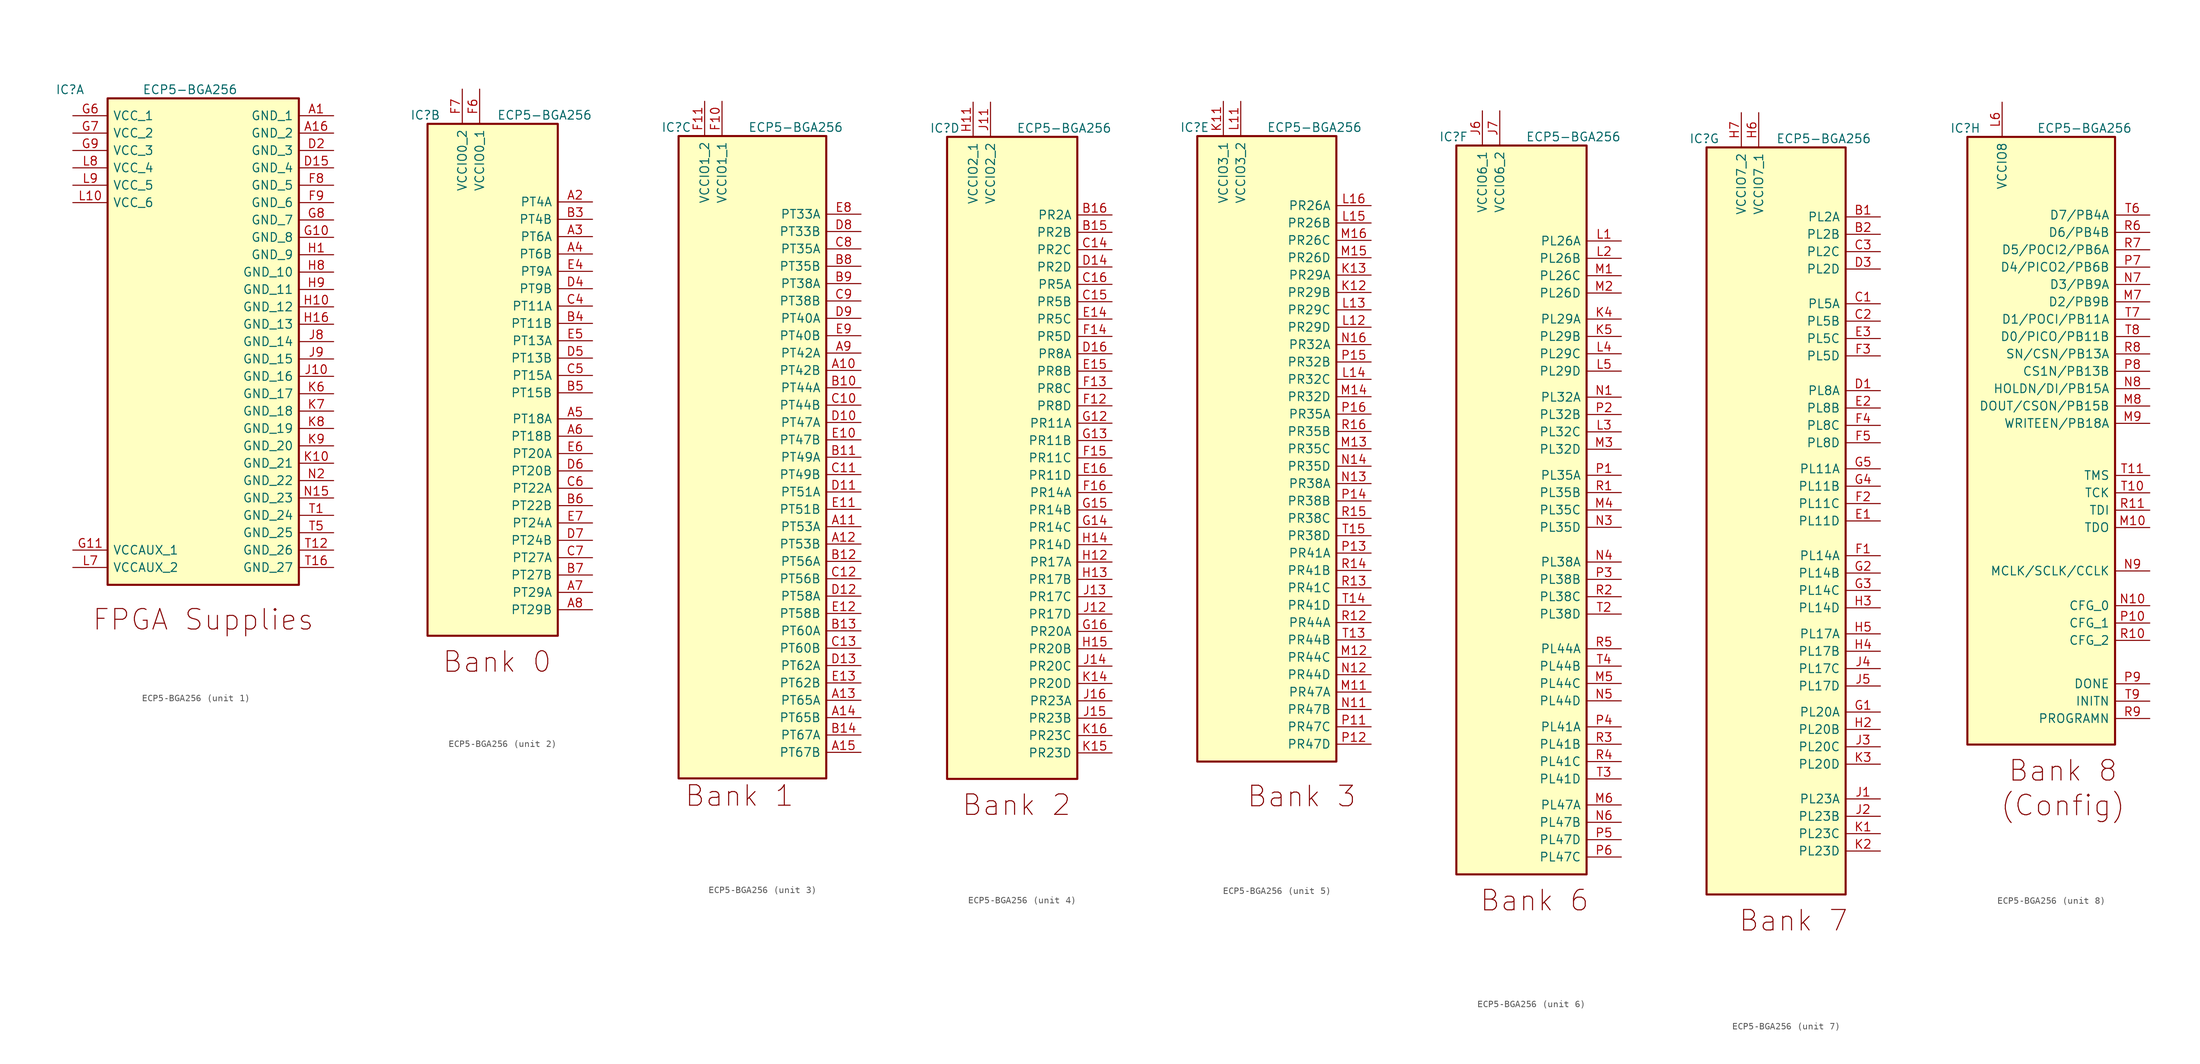
<source format=kicad_sym>
(kicad_symbol_lib
  (version 20231120)
  (generator "kicad_symbol_editor")
  (generator_version "8.0")
  (symbol "ECP5-BGA256"
    (pin_names
      (offset 0.762))
    (property "Reference" "IC"
      (at -2.54 1.27 0)
      (effects (font (size 1.27 1.27)) (justify left)))
    (property "Value" "ECP5-BGA256"
      (at 10.16 1.27 0)
      (effects (font (size 1.27 1.27)) (justify left)))
    (property "ki_locked" ""
      (at 0 0 0)
      (effects (font (size 1.27 1.27))))
    (symbol "ECP5-BGA256_1_0"
      (rectangle (start 5.08 0) (end 33.02 -71.12) (stroke (width 0.305) (type default)) (fill (type background))))
    (symbol "ECP5-BGA256_1_1"
      (text "FPGA Supplies" (at 19.05 -76.2 0) (effects (font (size 2.997 2.997))))
      (pin power_in line (at 38.1 -2.54 180) (length 5.08) (name "GND_1" (effects (font (size 1.27 1.27)))) (number "A1" (effects (font (size 1.27 1.27)))))
      (pin power_in line (at 38.1 -5.08 180) (length 5.08) (name "GND_2" (effects (font (size 1.27 1.27)))) (number "A16" (effects (font (size 1.27 1.27)))))
      (pin power_in line (at 38.1 -10.16 180) (length 5.08) (name "GND_4" (effects (font (size 1.27 1.27)))) (number "D15" (effects (font (size 1.27 1.27)))))
      (pin power_in line (at 38.1 -7.62 180) (length 5.08) (name "GND_3" (effects (font (size 1.27 1.27)))) (number "D2" (effects (font (size 1.27 1.27)))))
      (pin power_in line (at 38.1 -12.7 180) (length 5.08) (name "GND_5" (effects (font (size 1.27 1.27)))) (number "F8" (effects (font (size 1.27 1.27)))))
      (pin power_in line (at 38.1 -15.24 180) (length 5.08) (name "GND_6" (effects (font (size 1.27 1.27)))) (number "F9" (effects (font (size 1.27 1.27)))))
      (pin power_in line (at 38.1 -20.32 180) (length 5.08) (name "GND_8" (effects (font (size 1.27 1.27)))) (number "G10" (effects (font (size 1.27 1.27)))))
      (pin power_in line (at 0 -66.04 0) (length 5.08) (name "VCCAUX_1" (effects (font (size 1.27 1.27)))) (number "G11" (effects (font (size 1.27 1.27)))))
      (pin power_in line (at 0 -2.54 0) (length 5.08) (name "VCC_1" (effects (font (size 1.27 1.27)))) (number "G6" (effects (font (size 1.27 1.27)))))
      (pin power_in line (at 0 -5.08 0) (length 5.08) (name "VCC_2" (effects (font (size 1.27 1.27)))) (number "G7" (effects (font (size 1.27 1.27)))))
      (pin power_in line (at 38.1 -17.78 180) (length 5.08) (name "GND_7" (effects (font (size 1.27 1.27)))) (number "G8" (effects (font (size 1.27 1.27)))))
      (pin power_in line (at 0 -7.62 0) (length 5.08) (name "VCC_3" (effects (font (size 1.27 1.27)))) (number "G9" (effects (font (size 1.27 1.27)))))
      (pin power_in line (at 38.1 -22.86 180) (length 5.08) (name "GND_9" (effects (font (size 1.27 1.27)))) (number "H1" (effects (font (size 1.27 1.27)))))
      (pin power_in line (at 38.1 -30.48 180) (length 5.08) (name "GND_12" (effects (font (size 1.27 1.27)))) (number "H10" (effects (font (size 1.27 1.27)))))
      (pin power_in line (at 38.1 -33.02 180) (length 5.08) (name "GND_13" (effects (font (size 1.27 1.27)))) (number "H16" (effects (font (size 1.27 1.27)))))
      (pin power_in line (at 38.1 -25.4 180) (length 5.08) (name "GND_10" (effects (font (size 1.27 1.27)))) (number "H8" (effects (font (size 1.27 1.27)))))
      (pin power_in line (at 38.1 -27.94 180) (length 5.08) (name "GND_11" (effects (font (size 1.27 1.27)))) (number "H9" (effects (font (size 1.27 1.27)))))
      (pin power_in line (at 38.1 -40.64 180) (length 5.08) (name "GND_16" (effects (font (size 1.27 1.27)))) (number "J10" (effects (font (size 1.27 1.27)))))
      (pin power_in line (at 38.1 -35.56 180) (length 5.08) (name "GND_14" (effects (font (size 1.27 1.27)))) (number "J8" (effects (font (size 1.27 1.27)))))
      (pin power_in line (at 38.1 -38.1 180) (length 5.08) (name "GND_15" (effects (font (size 1.27 1.27)))) (number "J9" (effects (font (size 1.27 1.27)))))
      (pin power_in line (at 38.1 -53.34 180) (length 5.08) (name "GND_21" (effects (font (size 1.27 1.27)))) (number "K10" (effects (font (size 1.27 1.27)))))
      (pin power_in line (at 38.1 -43.18 180) (length 5.08) (name "GND_17" (effects (font (size 1.27 1.27)))) (number "K6" (effects (font (size 1.27 1.27)))))
      (pin power_in line (at 38.1 -45.72 180) (length 5.08) (name "GND_18" (effects (font (size 1.27 1.27)))) (number "K7" (effects (font (size 1.27 1.27)))))
      (pin power_in line (at 38.1 -48.26 180) (length 5.08) (name "GND_19" (effects (font (size 1.27 1.27)))) (number "K8" (effects (font (size 1.27 1.27)))))
      (pin power_in line (at 38.1 -50.8 180) (length 5.08) (name "GND_20" (effects (font (size 1.27 1.27)))) (number "K9" (effects (font (size 1.27 1.27)))))
      (pin power_in line (at 0 -15.24 0) (length 5.08) (name "VCC_6" (effects (font (size 1.27 1.27)))) (number "L10" (effects (font (size 1.27 1.27)))))
      (pin power_in line (at 0 -68.58 0) (length 5.08) (name "VCCAUX_2" (effects (font (size 1.27 1.27)))) (number "L7" (effects (font (size 1.27 1.27)))))
      (pin power_in line (at 0 -10.16 0) (length 5.08) (name "VCC_4" (effects (font (size 1.27 1.27)))) (number "L8" (effects (font (size 1.27 1.27)))))
      (pin power_in line (at 0 -12.7 0) (length 5.08) (name "VCC_5" (effects (font (size 1.27 1.27)))) (number "L9" (effects (font (size 1.27 1.27)))))
      (pin power_in line (at 38.1 -58.42 180) (length 5.08) (name "GND_23" (effects (font (size 1.27 1.27)))) (number "N15" (effects (font (size 1.27 1.27)))))
      (pin power_in line (at 38.1 -55.88 180) (length 5.08) (name "GND_22" (effects (font (size 1.27 1.27)))) (number "N2" (effects (font (size 1.27 1.27)))))
      (pin power_in line (at 38.1 -60.96 180) (length 5.08) (name "GND_24" (effects (font (size 1.27 1.27)))) (number "T1" (effects (font (size 1.27 1.27)))))
      (pin power_in line (at 38.1 -66.04 180) (length 5.08) (name "GND_26" (effects (font (size 1.27 1.27)))) (number "T12" (effects (font (size 1.27 1.27)))))
      (pin power_in line (at 38.1 -68.58 180) (length 5.08) (name "GND_27" (effects (font (size 1.27 1.27)))) (number "T16" (effects (font (size 1.27 1.27)))))
      (pin power_in line (at 38.1 -63.5 180) (length 5.08) (name "GND_25" (effects (font (size 1.27 1.27)))) (number "T5" (effects (font (size 1.27 1.27))))))
    (symbol "ECP5-BGA256_2_1"
      (rectangle (start 0 0) (end 19.05 -74.93) (stroke (width 0.305) (type default)) (fill (type background)))
      (text "Bank 0" (at 10.16 -78.74 0) (effects (font (size 2.997 2.997))))
      (pin bidirectional line (at 24.13 -11.43 180) (length 5.08) (name "PT4A" (effects (font (size 1.27 1.27)))) (number "A2" (effects (font (size 1.27 1.27)))))
      (pin bidirectional line (at 24.13 -16.51 180) (length 5.08) (name "PT6A" (effects (font (size 1.27 1.27)))) (number "A3" (effects (font (size 1.27 1.27)))))
      (pin bidirectional line (at 24.13 -19.05 180) (length 5.08) (name "PT6B" (effects (font (size 1.27 1.27)))) (number "A4" (effects (font (size 1.27 1.27)))))
      (pin bidirectional line (at 24.13 -43.18 180) (length 5.08) (name "PT18A" (effects (font (size 1.27 1.27)))) (number "A5" (effects (font (size 1.27 1.27)))))
      (pin bidirectional line (at 24.13 -45.72 180) (length 5.08) (name "PT18B" (effects (font (size 1.27 1.27)))) (number "A6" (effects (font (size 1.27 1.27)))))
      (pin bidirectional line (at 24.13 -68.58 180) (length 5.08) (name "PT29A" (effects (font (size 1.27 1.27)))) (number "A7" (effects (font (size 1.27 1.27)))))
      (pin bidirectional line (at 24.13 -71.12 180) (length 5.08) (name "PT29B" (effects (font (size 1.27 1.27)))) (number "A8" (effects (font (size 1.27 1.27)))))
      (pin bidirectional line (at 24.13 -13.97 180) (length 5.08) (name "PT4B" (effects (font (size 1.27 1.27)))) (number "B3" (effects (font (size 1.27 1.27)))))
      (pin bidirectional line (at 24.13 -29.21 180) (length 5.08) (name "PT11B" (effects (font (size 1.27 1.27)))) (number "B4" (effects (font (size 1.27 1.27)))))
      (pin bidirectional line (at 24.13 -39.37 180) (length 5.08) (name "PT15B" (effects (font (size 1.27 1.27)))) (number "B5" (effects (font (size 1.27 1.27)))))
      (pin bidirectional line (at 24.13 -55.88 180) (length 5.08) (name "PT22B" (effects (font (size 1.27 1.27)))) (number "B6" (effects (font (size 1.27 1.27)))))
      (pin bidirectional line (at 24.13 -66.04 180) (length 5.08) (name "PT27B" (effects (font (size 1.27 1.27)))) (number "B7" (effects (font (size 1.27 1.27)))))
      (pin bidirectional line (at 24.13 -26.67 180) (length 5.08) (name "PT11A" (effects (font (size 1.27 1.27)))) (number "C4" (effects (font (size 1.27 1.27)))))
      (pin bidirectional line (at 24.13 -36.83 180) (length 5.08) (name "PT15A" (effects (font (size 1.27 1.27)))) (number "C5" (effects (font (size 1.27 1.27)))))
      (pin bidirectional line (at 24.13 -53.34 180) (length 5.08) (name "PT22A" (effects (font (size 1.27 1.27)))) (number "C6" (effects (font (size 1.27 1.27)))))
      (pin bidirectional line (at 24.13 -63.5 180) (length 5.08) (name "PT27A" (effects (font (size 1.27 1.27)))) (number "C7" (effects (font (size 1.27 1.27)))))
      (pin bidirectional line (at 24.13 -24.13 180) (length 5.08) (name "PT9B" (effects (font (size 1.27 1.27)))) (number "D4" (effects (font (size 1.27 1.27)))))
      (pin bidirectional line (at 24.13 -34.29 180) (length 5.08) (name "PT13B" (effects (font (size 1.27 1.27)))) (number "D5" (effects (font (size 1.27 1.27)))))
      (pin bidirectional line (at 24.13 -50.8 180) (length 5.08) (name "PT20B" (effects (font (size 1.27 1.27)))) (number "D6" (effects (font (size 1.27 1.27)))))
      (pin bidirectional line (at 24.13 -60.96 180) (length 5.08) (name "PT24B" (effects (font (size 1.27 1.27)))) (number "D7" (effects (font (size 1.27 1.27)))))
      (pin bidirectional line (at 24.13 -21.59 180) (length 5.08) (name "PT9A" (effects (font (size 1.27 1.27)))) (number "E4" (effects (font (size 1.27 1.27)))))
      (pin bidirectional line (at 24.13 -31.75 180) (length 5.08) (name "PT13A" (effects (font (size 1.27 1.27)))) (number "E5" (effects (font (size 1.27 1.27)))))
      (pin bidirectional line (at 24.13 -48.26 180) (length 5.08) (name "PT20A" (effects (font (size 1.27 1.27)))) (number "E6" (effects (font (size 1.27 1.27)))))
      (pin bidirectional line (at 24.13 -58.42 180) (length 5.08) (name "PT24A" (effects (font (size 1.27 1.27)))) (number "E7" (effects (font (size 1.27 1.27)))))
      (pin power_in line (at 7.62 5.08 270) (length 5.08) (name "VCCIO0_1" (effects (font (size 1.27 1.27)))) (number "F6" (effects (font (size 1.27 1.27)))))
      (pin power_in line (at 5.08 5.08 270) (length 5.08) (name "VCCIO0_2" (effects (font (size 1.27 1.27)))) (number "F7" (effects (font (size 1.27 1.27))))))
    (symbol "ECP5-BGA256_3_0"
      (rectangle (start 0 0) (end 21.59 -93.98) (stroke (width 0.305) (type default)) (fill (type background))))
    (symbol "ECP5-BGA256_3_1"
      (text "Bank 1" (at 8.89 -96.52 0) (effects (font (size 2.997 2.997))))
      (pin bidirectional line (at 26.67 -34.29 180) (length 5.08) (name "PT42B" (effects (font (size 1.27 1.27)))) (number "A10" (effects (font (size 1.27 1.27)))))
      (pin bidirectional line (at 26.67 -57.15 180) (length 5.08) (name "PT53A" (effects (font (size 1.27 1.27)))) (number "A11" (effects (font (size 1.27 1.27)))))
      (pin bidirectional line (at 26.67 -59.69 180) (length 5.08) (name "PT53B" (effects (font (size 1.27 1.27)))) (number "A12" (effects (font (size 1.27 1.27)))))
      (pin bidirectional line (at 26.67 -82.55 180) (length 5.08) (name "PT65A" (effects (font (size 1.27 1.27)))) (number "A13" (effects (font (size 1.27 1.27)))))
      (pin bidirectional line (at 26.67 -85.09 180) (length 5.08) (name "PT65B" (effects (font (size 1.27 1.27)))) (number "A14" (effects (font (size 1.27 1.27)))))
      (pin bidirectional line (at 26.67 -90.17 180) (length 5.08) (name "PT67B" (effects (font (size 1.27 1.27)))) (number "A15" (effects (font (size 1.27 1.27)))))
      (pin bidirectional line (at 26.67 -31.75 180) (length 5.08) (name "PT42A" (effects (font (size 1.27 1.27)))) (number "A9" (effects (font (size 1.27 1.27)))))
      (pin bidirectional line (at 26.67 -36.83 180) (length 5.08) (name "PT44A" (effects (font (size 1.27 1.27)))) (number "B10" (effects (font (size 1.27 1.27)))))
      (pin bidirectional line (at 26.67 -46.99 180) (length 5.08) (name "PT49A" (effects (font (size 1.27 1.27)))) (number "B11" (effects (font (size 1.27 1.27)))))
      (pin bidirectional line (at 26.67 -62.23 180) (length 5.08) (name "PT56A" (effects (font (size 1.27 1.27)))) (number "B12" (effects (font (size 1.27 1.27)))))
      (pin bidirectional line (at 26.67 -72.39 180) (length 5.08) (name "PT60A" (effects (font (size 1.27 1.27)))) (number "B13" (effects (font (size 1.27 1.27)))))
      (pin bidirectional line (at 26.67 -87.63 180) (length 5.08) (name "PT67A" (effects (font (size 1.27 1.27)))) (number "B14" (effects (font (size 1.27 1.27)))))
      (pin bidirectional line (at 26.67 -19.05 180) (length 5.08) (name "PT35B" (effects (font (size 1.27 1.27)))) (number "B8" (effects (font (size 1.27 1.27)))))
      (pin bidirectional line (at 26.67 -21.59 180) (length 5.08) (name "PT38A" (effects (font (size 1.27 1.27)))) (number "B9" (effects (font (size 1.27 1.27)))))
      (pin bidirectional line (at 26.67 -39.37 180) (length 5.08) (name "PT44B" (effects (font (size 1.27 1.27)))) (number "C10" (effects (font (size 1.27 1.27)))))
      (pin bidirectional line (at 26.67 -49.53 180) (length 5.08) (name "PT49B" (effects (font (size 1.27 1.27)))) (number "C11" (effects (font (size 1.27 1.27)))))
      (pin bidirectional line (at 26.67 -64.77 180) (length 5.08) (name "PT56B" (effects (font (size 1.27 1.27)))) (number "C12" (effects (font (size 1.27 1.27)))))
      (pin bidirectional line (at 26.67 -74.93 180) (length 5.08) (name "PT60B" (effects (font (size 1.27 1.27)))) (number "C13" (effects (font (size 1.27 1.27)))))
      (pin bidirectional line (at 26.67 -16.51 180) (length 5.08) (name "PT35A" (effects (font (size 1.27 1.27)))) (number "C8" (effects (font (size 1.27 1.27)))))
      (pin bidirectional line (at 26.67 -24.13 180) (length 5.08) (name "PT38B" (effects (font (size 1.27 1.27)))) (number "C9" (effects (font (size 1.27 1.27)))))
      (pin bidirectional line (at 26.67 -41.91 180) (length 5.08) (name "PT47A" (effects (font (size 1.27 1.27)))) (number "D10" (effects (font (size 1.27 1.27)))))
      (pin bidirectional line (at 26.67 -52.07 180) (length 5.08) (name "PT51A" (effects (font (size 1.27 1.27)))) (number "D11" (effects (font (size 1.27 1.27)))))
      (pin bidirectional line (at 26.67 -67.31 180) (length 5.08) (name "PT58A" (effects (font (size 1.27 1.27)))) (number "D12" (effects (font (size 1.27 1.27)))))
      (pin bidirectional line (at 26.67 -77.47 180) (length 5.08) (name "PT62A" (effects (font (size 1.27 1.27)))) (number "D13" (effects (font (size 1.27 1.27)))))
      (pin bidirectional line (at 26.67 -13.97 180) (length 5.08) (name "PT33B" (effects (font (size 1.27 1.27)))) (number "D8" (effects (font (size 1.27 1.27)))))
      (pin bidirectional line (at 26.67 -26.67 180) (length 5.08) (name "PT40A" (effects (font (size 1.27 1.27)))) (number "D9" (effects (font (size 1.27 1.27)))))
      (pin bidirectional line (at 26.67 -44.45 180) (length 5.08) (name "PT47B" (effects (font (size 1.27 1.27)))) (number "E10" (effects (font (size 1.27 1.27)))))
      (pin bidirectional line (at 26.67 -54.61 180) (length 5.08) (name "PT51B" (effects (font (size 1.27 1.27)))) (number "E11" (effects (font (size 1.27 1.27)))))
      (pin bidirectional line (at 26.67 -69.85 180) (length 5.08) (name "PT58B" (effects (font (size 1.27 1.27)))) (number "E12" (effects (font (size 1.27 1.27)))))
      (pin bidirectional line (at 26.67 -80.01 180) (length 5.08) (name "PT62B" (effects (font (size 1.27 1.27)))) (number "E13" (effects (font (size 1.27 1.27)))))
      (pin bidirectional line (at 26.67 -11.43 180) (length 5.08) (name "PT33A" (effects (font (size 1.27 1.27)))) (number "E8" (effects (font (size 1.27 1.27)))))
      (pin bidirectional line (at 26.67 -29.21 180) (length 5.08) (name "PT40B" (effects (font (size 1.27 1.27)))) (number "E9" (effects (font (size 1.27 1.27)))))
      (pin power_in line (at 6.35 5.08 270) (length 5.08) (name "VCCIO1_1" (effects (font (size 1.27 1.27)))) (number "F10" (effects (font (size 1.27 1.27)))))
      (pin power_in line (at 3.81 5.08 270) (length 5.08) (name "VCCIO1_2" (effects (font (size 1.27 1.27)))) (number "F11" (effects (font (size 1.27 1.27))))))
    (symbol "ECP5-BGA256_4_1"
      (rectangle (start 0 0) (end 19.05 -93.98) (stroke (width 0.305) (type default)) (fill (type background)))
      (text "Bank 2" (at 10.16 -97.79 0) (effects (font (size 2.997 2.997))))
      (pin bidirectional line (at 24.13 -13.97 180) (length 5.08) (name "PR2B" (effects (font (size 1.27 1.27)))) (number "B15" (effects (font (size 1.27 1.27)))))
      (pin bidirectional line (at 24.13 -11.43 180) (length 5.08) (name "PR2A" (effects (font (size 1.27 1.27)))) (number "B16" (effects (font (size 1.27 1.27)))))
      (pin bidirectional line (at 24.13 -16.51 180) (length 5.08) (name "PR2C" (effects (font (size 1.27 1.27)))) (number "C14" (effects (font (size 1.27 1.27)))))
      (pin bidirectional line (at 24.13 -24.13 180) (length 5.08) (name "PR5B" (effects (font (size 1.27 1.27)))) (number "C15" (effects (font (size 1.27 1.27)))))
      (pin bidirectional line (at 24.13 -21.59 180) (length 5.08) (name "PR5A" (effects (font (size 1.27 1.27)))) (number "C16" (effects (font (size 1.27 1.27)))))
      (pin bidirectional line (at 24.13 -19.05 180) (length 5.08) (name "PR2D" (effects (font (size 1.27 1.27)))) (number "D14" (effects (font (size 1.27 1.27)))))
      (pin bidirectional line (at 24.13 -31.75 180) (length 5.08) (name "PR8A" (effects (font (size 1.27 1.27)))) (number "D16" (effects (font (size 1.27 1.27)))))
      (pin bidirectional line (at 24.13 -26.67 180) (length 5.08) (name "PR5C" (effects (font (size 1.27 1.27)))) (number "E14" (effects (font (size 1.27 1.27)))))
      (pin bidirectional line (at 24.13 -34.29 180) (length 5.08) (name "PR8B" (effects (font (size 1.27 1.27)))) (number "E15" (effects (font (size 1.27 1.27)))))
      (pin bidirectional line (at 24.13 -49.53 180) (length 5.08) (name "PR11D" (effects (font (size 1.27 1.27)))) (number "E16" (effects (font (size 1.27 1.27)))))
      (pin bidirectional line (at 24.13 -39.37 180) (length 5.08) (name "PR8D" (effects (font (size 1.27 1.27)))) (number "F12" (effects (font (size 1.27 1.27)))))
      (pin bidirectional line (at 24.13 -36.83 180) (length 5.08) (name "PR8C" (effects (font (size 1.27 1.27)))) (number "F13" (effects (font (size 1.27 1.27)))))
      (pin bidirectional line (at 24.13 -29.21 180) (length 5.08) (name "PR5D" (effects (font (size 1.27 1.27)))) (number "F14" (effects (font (size 1.27 1.27)))))
      (pin bidirectional line (at 24.13 -46.99 180) (length 5.08) (name "PR11C" (effects (font (size 1.27 1.27)))) (number "F15" (effects (font (size 1.27 1.27)))))
      (pin bidirectional line (at 24.13 -52.07 180) (length 5.08) (name "PR14A" (effects (font (size 1.27 1.27)))) (number "F16" (effects (font (size 1.27 1.27)))))
      (pin bidirectional line (at 24.13 -41.91 180) (length 5.08) (name "PR11A" (effects (font (size 1.27 1.27)))) (number "G12" (effects (font (size 1.27 1.27)))))
      (pin bidirectional line (at 24.13 -44.45 180) (length 5.08) (name "PR11B" (effects (font (size 1.27 1.27)))) (number "G13" (effects (font (size 1.27 1.27)))))
      (pin bidirectional line (at 24.13 -57.15 180) (length 5.08) (name "PR14C" (effects (font (size 1.27 1.27)))) (number "G14" (effects (font (size 1.27 1.27)))))
      (pin bidirectional line (at 24.13 -54.61 180) (length 5.08) (name "PR14B" (effects (font (size 1.27 1.27)))) (number "G15" (effects (font (size 1.27 1.27)))))
      (pin bidirectional line (at 24.13 -72.39 180) (length 5.08) (name "PR20A" (effects (font (size 1.27 1.27)))) (number "G16" (effects (font (size 1.27 1.27)))))
      (pin power_in line (at 3.81 5.08 270) (length 5.08) (name "VCCIO2_1" (effects (font (size 1.27 1.27)))) (number "H11" (effects (font (size 1.27 1.27)))))
      (pin bidirectional line (at 24.13 -62.23 180) (length 5.08) (name "PR17A" (effects (font (size 1.27 1.27)))) (number "H12" (effects (font (size 1.27 1.27)))))
      (pin bidirectional line (at 24.13 -64.77 180) (length 5.08) (name "PR17B" (effects (font (size 1.27 1.27)))) (number "H13" (effects (font (size 1.27 1.27)))))
      (pin bidirectional line (at 24.13 -59.69 180) (length 5.08) (name "PR14D" (effects (font (size 1.27 1.27)))) (number "H14" (effects (font (size 1.27 1.27)))))
      (pin bidirectional line (at 24.13 -74.93 180) (length 5.08) (name "PR20B" (effects (font (size 1.27 1.27)))) (number "H15" (effects (font (size 1.27 1.27)))))
      (pin power_in line (at 6.35 5.08 270) (length 5.08) (name "VCCIO2_2" (effects (font (size 1.27 1.27)))) (number "J11" (effects (font (size 1.27 1.27)))))
      (pin bidirectional line (at 24.13 -69.85 180) (length 5.08) (name "PR17D" (effects (font (size 1.27 1.27)))) (number "J12" (effects (font (size 1.27 1.27)))))
      (pin bidirectional line (at 24.13 -67.31 180) (length 5.08) (name "PR17C" (effects (font (size 1.27 1.27)))) (number "J13" (effects (font (size 1.27 1.27)))))
      (pin bidirectional line (at 24.13 -77.47 180) (length 5.08) (name "PR20C" (effects (font (size 1.27 1.27)))) (number "J14" (effects (font (size 1.27 1.27)))))
      (pin bidirectional line (at 24.13 -85.09 180) (length 5.08) (name "PR23B" (effects (font (size 1.27 1.27)))) (number "J15" (effects (font (size 1.27 1.27)))))
      (pin bidirectional line (at 24.13 -82.55 180) (length 5.08) (name "PR23A" (effects (font (size 1.27 1.27)))) (number "J16" (effects (font (size 1.27 1.27)))))
      (pin bidirectional line (at 24.13 -80.01 180) (length 5.08) (name "PR20D" (effects (font (size 1.27 1.27)))) (number "K14" (effects (font (size 1.27 1.27)))))
      (pin bidirectional line (at 24.13 -90.17 180) (length 5.08) (name "PR23D" (effects (font (size 1.27 1.27)))) (number "K15" (effects (font (size 1.27 1.27)))))
      (pin bidirectional line (at 24.13 -87.63 180) (length 5.08) (name "PR23C" (effects (font (size 1.27 1.27)))) (number "K16" (effects (font (size 1.27 1.27))))))
    (symbol "ECP5-BGA256_5_0"
      (rectangle (start 0 0) (end 20.32 -91.44) (stroke (width 0.305) (type default)) (fill (type background))))
    (symbol "ECP5-BGA256_5_1"
      (text "Bank 3" (at 15.24 -96.52 0) (effects (font (size 2.997 2.997))))
      (pin power_in line (at 3.81 5.08 270) (length 5.08) (name "VCCIO3_1" (effects (font (size 1.27 1.27)))) (number "K11" (effects (font (size 1.27 1.27)))))
      (pin bidirectional line (at 25.4 -22.86 180) (length 5.08) (name "PR29B" (effects (font (size 1.27 1.27)))) (number "K12" (effects (font (size 1.27 1.27)))))
      (pin bidirectional line (at 25.4 -20.32 180) (length 5.08) (name "PR29A" (effects (font (size 1.27 1.27)))) (number "K13" (effects (font (size 1.27 1.27)))))
      (pin power_in line (at 6.35 5.08 270) (length 5.08) (name "VCCIO3_2" (effects (font (size 1.27 1.27)))) (number "L11" (effects (font (size 1.27 1.27)))))
      (pin bidirectional line (at 25.4 -27.94 180) (length 5.08) (name "PR29D" (effects (font (size 1.27 1.27)))) (number "L12" (effects (font (size 1.27 1.27)))))
      (pin bidirectional line (at 25.4 -25.4 180) (length 5.08) (name "PR29C" (effects (font (size 1.27 1.27)))) (number "L13" (effects (font (size 1.27 1.27)))))
      (pin bidirectional line (at 25.4 -35.56 180) (length 5.08) (name "PR32C" (effects (font (size 1.27 1.27)))) (number "L14" (effects (font (size 1.27 1.27)))))
      (pin bidirectional line (at 25.4 -12.7 180) (length 5.08) (name "PR26B" (effects (font (size 1.27 1.27)))) (number "L15" (effects (font (size 1.27 1.27)))))
      (pin bidirectional line (at 25.4 -10.16 180) (length 5.08) (name "PR26A" (effects (font (size 1.27 1.27)))) (number "L16" (effects (font (size 1.27 1.27)))))
      (pin bidirectional line (at 25.4 -81.28 180) (length 5.08) (name "PR47A" (effects (font (size 1.27 1.27)))) (number "M11" (effects (font (size 1.27 1.27)))))
      (pin bidirectional line (at 25.4 -76.2 180) (length 5.08) (name "PR44C" (effects (font (size 1.27 1.27)))) (number "M12" (effects (font (size 1.27 1.27)))))
      (pin bidirectional line (at 25.4 -45.72 180) (length 5.08) (name "PR35C" (effects (font (size 1.27 1.27)))) (number "M13" (effects (font (size 1.27 1.27)))))
      (pin bidirectional line (at 25.4 -38.1 180) (length 5.08) (name "PR32D" (effects (font (size 1.27 1.27)))) (number "M14" (effects (font (size 1.27 1.27)))))
      (pin bidirectional line (at 25.4 -17.78 180) (length 5.08) (name "PR26D" (effects (font (size 1.27 1.27)))) (number "M15" (effects (font (size 1.27 1.27)))))
      (pin bidirectional line (at 25.4 -15.24 180) (length 5.08) (name "PR26C" (effects (font (size 1.27 1.27)))) (number "M16" (effects (font (size 1.27 1.27)))))
      (pin bidirectional line (at 25.4 -83.82 180) (length 5.08) (name "PR47B" (effects (font (size 1.27 1.27)))) (number "N11" (effects (font (size 1.27 1.27)))))
      (pin bidirectional line (at 25.4 -78.74 180) (length 5.08) (name "PR44D" (effects (font (size 1.27 1.27)))) (number "N12" (effects (font (size 1.27 1.27)))))
      (pin bidirectional line (at 25.4 -50.8 180) (length 5.08) (name "PR38A" (effects (font (size 1.27 1.27)))) (number "N13" (effects (font (size 1.27 1.27)))))
      (pin bidirectional line (at 25.4 -48.26 180) (length 5.08) (name "PR35D" (effects (font (size 1.27 1.27)))) (number "N14" (effects (font (size 1.27 1.27)))))
      (pin bidirectional line (at 25.4 -30.48 180) (length 5.08) (name "PR32A" (effects (font (size 1.27 1.27)))) (number "N16" (effects (font (size 1.27 1.27)))))
      (pin bidirectional line (at 25.4 -86.36 180) (length 5.08) (name "PR47C" (effects (font (size 1.27 1.27)))) (number "P11" (effects (font (size 1.27 1.27)))))
      (pin bidirectional line (at 25.4 -88.9 180) (length 5.08) (name "PR47D" (effects (font (size 1.27 1.27)))) (number "P12" (effects (font (size 1.27 1.27)))))
      (pin bidirectional line (at 25.4 -60.96 180) (length 5.08) (name "PR41A" (effects (font (size 1.27 1.27)))) (number "P13" (effects (font (size 1.27 1.27)))))
      (pin bidirectional line (at 25.4 -53.34 180) (length 5.08) (name "PR38B" (effects (font (size 1.27 1.27)))) (number "P14" (effects (font (size 1.27 1.27)))))
      (pin bidirectional line (at 25.4 -33.02 180) (length 5.08) (name "PR32B" (effects (font (size 1.27 1.27)))) (number "P15" (effects (font (size 1.27 1.27)))))
      (pin bidirectional line (at 25.4 -40.64 180) (length 5.08) (name "PR35A" (effects (font (size 1.27 1.27)))) (number "P16" (effects (font (size 1.27 1.27)))))
      (pin bidirectional line (at 25.4 -71.12 180) (length 5.08) (name "PR44A" (effects (font (size 1.27 1.27)))) (number "R12" (effects (font (size 1.27 1.27)))))
      (pin bidirectional line (at 25.4 -66.04 180) (length 5.08) (name "PR41C" (effects (font (size 1.27 1.27)))) (number "R13" (effects (font (size 1.27 1.27)))))
      (pin bidirectional line (at 25.4 -63.5 180) (length 5.08) (name "PR41B" (effects (font (size 1.27 1.27)))) (number "R14" (effects (font (size 1.27 1.27)))))
      (pin bidirectional line (at 25.4 -55.88 180) (length 5.08) (name "PR38C" (effects (font (size 1.27 1.27)))) (number "R15" (effects (font (size 1.27 1.27)))))
      (pin bidirectional line (at 25.4 -43.18 180) (length 5.08) (name "PR35B" (effects (font (size 1.27 1.27)))) (number "R16" (effects (font (size 1.27 1.27)))))
      (pin bidirectional line (at 25.4 -73.66 180) (length 5.08) (name "PR44B" (effects (font (size 1.27 1.27)))) (number "T13" (effects (font (size 1.27 1.27)))))
      (pin bidirectional line (at 25.4 -68.58 180) (length 5.08) (name "PR41D" (effects (font (size 1.27 1.27)))) (number "T14" (effects (font (size 1.27 1.27)))))
      (pin bidirectional line (at 25.4 -58.42 180) (length 5.08) (name "PR38D" (effects (font (size 1.27 1.27)))) (number "T15" (effects (font (size 1.27 1.27))))))
    (symbol "ECP5-BGA256_6_1"
      (rectangle (start 0 0) (end 19.05 -106.68) (stroke (width 0.305) (type default)) (fill (type background)))
      (text "Bank 6" (at 11.43 -110.49 0) (effects (font (size 2.997 2.997))))
      (pin power_in line (at 3.81 5.08 270) (length 5.08) (name "VCCIO6_1" (effects (font (size 1.27 1.27)))) (number "J6" (effects (font (size 1.27 1.27)))))
      (pin power_in line (at 6.35 5.08 270) (length 5.08) (name "VCCIO6_2" (effects (font (size 1.27 1.27)))) (number "J7" (effects (font (size 1.27 1.27)))))
      (pin bidirectional line (at 24.13 -25.4 180) (length 5.08) (name "PL29A" (effects (font (size 1.27 1.27)))) (number "K4" (effects (font (size 1.27 1.27)))))
      (pin bidirectional line (at 24.13 -27.94 180) (length 5.08) (name "PL29B" (effects (font (size 1.27 1.27)))) (number "K5" (effects (font (size 1.27 1.27)))))
      (pin bidirectional line (at 24.13 -13.97 180) (length 5.08) (name "PL26A" (effects (font (size 1.27 1.27)))) (number "L1" (effects (font (size 1.27 1.27)))))
      (pin bidirectional line (at 24.13 -16.51 180) (length 5.08) (name "PL26B" (effects (font (size 1.27 1.27)))) (number "L2" (effects (font (size 1.27 1.27)))))
      (pin bidirectional line (at 24.13 -41.91 180) (length 5.08) (name "PL32C" (effects (font (size 1.27 1.27)))) (number "L3" (effects (font (size 1.27 1.27)))))
      (pin bidirectional line (at 24.13 -30.48 180) (length 5.08) (name "PL29C" (effects (font (size 1.27 1.27)))) (number "L4" (effects (font (size 1.27 1.27)))))
      (pin bidirectional line (at 24.13 -33.02 180) (length 5.08) (name "PL29D" (effects (font (size 1.27 1.27)))) (number "L5" (effects (font (size 1.27 1.27)))))
      (pin bidirectional line (at 24.13 -19.05 180) (length 5.08) (name "PL26C" (effects (font (size 1.27 1.27)))) (number "M1" (effects (font (size 1.27 1.27)))))
      (pin bidirectional line (at 24.13 -21.59 180) (length 5.08) (name "PL26D" (effects (font (size 1.27 1.27)))) (number "M2" (effects (font (size 1.27 1.27)))))
      (pin bidirectional line (at 24.13 -44.45 180) (length 5.08) (name "PL32D" (effects (font (size 1.27 1.27)))) (number "M3" (effects (font (size 1.27 1.27)))))
      (pin bidirectional line (at 24.13 -53.34 180) (length 5.08) (name "PL35C" (effects (font (size 1.27 1.27)))) (number "M4" (effects (font (size 1.27 1.27)))))
      (pin bidirectional line (at 24.13 -78.74 180) (length 5.08) (name "PL44C" (effects (font (size 1.27 1.27)))) (number "M5" (effects (font (size 1.27 1.27)))))
      (pin bidirectional line (at 24.13 -96.52 180) (length 5.08) (name "PL47A" (effects (font (size 1.27 1.27)))) (number "M6" (effects (font (size 1.27 1.27)))))
      (pin bidirectional line (at 24.13 -36.83 180) (length 5.08) (name "PL32A" (effects (font (size 1.27 1.27)))) (number "N1" (effects (font (size 1.27 1.27)))))
      (pin bidirectional line (at 24.13 -55.88 180) (length 5.08) (name "PL35D" (effects (font (size 1.27 1.27)))) (number "N3" (effects (font (size 1.27 1.27)))))
      (pin bidirectional line (at 24.13 -60.96 180) (length 5.08) (name "PL38A" (effects (font (size 1.27 1.27)))) (number "N4" (effects (font (size 1.27 1.27)))))
      (pin bidirectional line (at 24.13 -81.28 180) (length 5.08) (name "PL44D" (effects (font (size 1.27 1.27)))) (number "N5" (effects (font (size 1.27 1.27)))))
      (pin bidirectional line (at 24.13 -99.06 180) (length 5.08) (name "PL47B" (effects (font (size 1.27 1.27)))) (number "N6" (effects (font (size 1.27 1.27)))))
      (pin bidirectional line (at 24.13 -48.26 180) (length 5.08) (name "PL35A" (effects (font (size 1.27 1.27)))) (number "P1" (effects (font (size 1.27 1.27)))))
      (pin bidirectional line (at 24.13 -39.37 180) (length 5.08) (name "PL32B" (effects (font (size 1.27 1.27)))) (number "P2" (effects (font (size 1.27 1.27)))))
      (pin bidirectional line (at 24.13 -63.5 180) (length 5.08) (name "PL38B" (effects (font (size 1.27 1.27)))) (number "P3" (effects (font (size 1.27 1.27)))))
      (pin bidirectional line (at 24.13 -85.09 180) (length 5.08) (name "PL41A" (effects (font (size 1.27 1.27)))) (number "P4" (effects (font (size 1.27 1.27)))))
      (pin bidirectional line (at 24.13 -101.6 180) (length 5.08) (name "PL47D" (effects (font (size 1.27 1.27)))) (number "P5" (effects (font (size 1.27 1.27)))))
      (pin bidirectional line (at 24.13 -104.14 180) (length 5.08) (name "PL47C" (effects (font (size 1.27 1.27)))) (number "P6" (effects (font (size 1.27 1.27)))))
      (pin bidirectional line (at 24.13 -50.8 180) (length 5.08) (name "PL35B" (effects (font (size 1.27 1.27)))) (number "R1" (effects (font (size 1.27 1.27)))))
      (pin bidirectional line (at 24.13 -66.04 180) (length 5.08) (name "PL38C" (effects (font (size 1.27 1.27)))) (number "R2" (effects (font (size 1.27 1.27)))))
      (pin bidirectional line (at 24.13 -87.63 180) (length 5.08) (name "PL41B" (effects (font (size 1.27 1.27)))) (number "R3" (effects (font (size 1.27 1.27)))))
      (pin bidirectional line (at 24.13 -90.17 180) (length 5.08) (name "PL41C" (effects (font (size 1.27 1.27)))) (number "R4" (effects (font (size 1.27 1.27)))))
      (pin bidirectional line (at 24.13 -73.66 180) (length 5.08) (name "PL44A" (effects (font (size 1.27 1.27)))) (number "R5" (effects (font (size 1.27 1.27)))))
      (pin bidirectional line (at 24.13 -68.58 180) (length 5.08) (name "PL38D" (effects (font (size 1.27 1.27)))) (number "T2" (effects (font (size 1.27 1.27)))))
      (pin bidirectional line (at 24.13 -92.71 180) (length 5.08) (name "PL41D" (effects (font (size 1.27 1.27)))) (number "T3" (effects (font (size 1.27 1.27)))))
      (pin bidirectional line (at 24.13 -76.2 180) (length 5.08) (name "PL44B" (effects (font (size 1.27 1.27)))) (number "T4" (effects (font (size 1.27 1.27))))))
    (symbol "ECP5-BGA256_7_1"
      (rectangle (start 0 0) (end 20.32 -109.22) (stroke (width 0.305) (type default)) (fill (type background)))
      (text "Bank 7" (at 12.7 -113.03 0) (effects (font (size 2.997 2.997))))
      (pin bidirectional line (at 25.4 -10.16 180) (length 5.08) (name "PL2A" (effects (font (size 1.27 1.27)))) (number "B1" (effects (font (size 1.27 1.27)))))
      (pin bidirectional line (at 25.4 -12.7 180) (length 5.08) (name "PL2B" (effects (font (size 1.27 1.27)))) (number "B2" (effects (font (size 1.27 1.27)))))
      (pin bidirectional line (at 25.4 -22.86 180) (length 5.08) (name "PL5A" (effects (font (size 1.27 1.27)))) (number "C1" (effects (font (size 1.27 1.27)))))
      (pin bidirectional line (at 25.4 -25.4 180) (length 5.08) (name "PL5B" (effects (font (size 1.27 1.27)))) (number "C2" (effects (font (size 1.27 1.27)))))
      (pin bidirectional line (at 25.4 -15.24 180) (length 5.08) (name "PL2C" (effects (font (size 1.27 1.27)))) (number "C3" (effects (font (size 1.27 1.27)))))
      (pin bidirectional line (at 25.4 -35.56 180) (length 5.08) (name "PL8A" (effects (font (size 1.27 1.27)))) (number "D1" (effects (font (size 1.27 1.27)))))
      (pin bidirectional line (at 25.4 -17.78 180) (length 5.08) (name "PL2D" (effects (font (size 1.27 1.27)))) (number "D3" (effects (font (size 1.27 1.27)))))
      (pin bidirectional line (at 25.4 -54.61 180) (length 5.08) (name "PL11D" (effects (font (size 1.27 1.27)))) (number "E1" (effects (font (size 1.27 1.27)))))
      (pin bidirectional line (at 25.4 -38.1 180) (length 5.08) (name "PL8B" (effects (font (size 1.27 1.27)))) (number "E2" (effects (font (size 1.27 1.27)))))
      (pin bidirectional line (at 25.4 -27.94 180) (length 5.08) (name "PL5C" (effects (font (size 1.27 1.27)))) (number "E3" (effects (font (size 1.27 1.27)))))
      (pin bidirectional line (at 25.4 -59.69 180) (length 5.08) (name "PL14A" (effects (font (size 1.27 1.27)))) (number "F1" (effects (font (size 1.27 1.27)))))
      (pin bidirectional line (at 25.4 -52.07 180) (length 5.08) (name "PL11C" (effects (font (size 1.27 1.27)))) (number "F2" (effects (font (size 1.27 1.27)))))
      (pin bidirectional line (at 25.4 -30.48 180) (length 5.08) (name "PL5D" (effects (font (size 1.27 1.27)))) (number "F3" (effects (font (size 1.27 1.27)))))
      (pin bidirectional line (at 25.4 -40.64 180) (length 5.08) (name "PL8C" (effects (font (size 1.27 1.27)))) (number "F4" (effects (font (size 1.27 1.27)))))
      (pin bidirectional line (at 25.4 -43.18 180) (length 5.08) (name "PL8D" (effects (font (size 1.27 1.27)))) (number "F5" (effects (font (size 1.27 1.27)))))
      (pin bidirectional line (at 25.4 -82.55 180) (length 5.08) (name "PL20A" (effects (font (size 1.27 1.27)))) (number "G1" (effects (font (size 1.27 1.27)))))
      (pin bidirectional line (at 25.4 -62.23 180) (length 5.08) (name "PL14B" (effects (font (size 1.27 1.27)))) (number "G2" (effects (font (size 1.27 1.27)))))
      (pin bidirectional line (at 25.4 -64.77 180) (length 5.08) (name "PL14C" (effects (font (size 1.27 1.27)))) (number "G3" (effects (font (size 1.27 1.27)))))
      (pin bidirectional line (at 25.4 -49.53 180) (length 5.08) (name "PL11B" (effects (font (size 1.27 1.27)))) (number "G4" (effects (font (size 1.27 1.27)))))
      (pin bidirectional line (at 25.4 -46.99 180) (length 5.08) (name "PL11A" (effects (font (size 1.27 1.27)))) (number "G5" (effects (font (size 1.27 1.27)))))
      (pin bidirectional line (at 25.4 -85.09 180) (length 5.08) (name "PL20B" (effects (font (size 1.27 1.27)))) (number "H2" (effects (font (size 1.27 1.27)))))
      (pin bidirectional line (at 25.4 -67.31 180) (length 5.08) (name "PL14D" (effects (font (size 1.27 1.27)))) (number "H3" (effects (font (size 1.27 1.27)))))
      (pin bidirectional line (at 25.4 -73.66 180) (length 5.08) (name "PL17B" (effects (font (size 1.27 1.27)))) (number "H4" (effects (font (size 1.27 1.27)))))
      (pin bidirectional line (at 25.4 -71.12 180) (length 5.08) (name "PL17A" (effects (font (size 1.27 1.27)))) (number "H5" (effects (font (size 1.27 1.27)))))
      (pin power_in line (at 7.62 5.08 270) (length 5.08) (name "VCCIO7_1" (effects (font (size 1.27 1.27)))) (number "H6" (effects (font (size 1.27 1.27)))))
      (pin power_in line (at 5.08 5.08 270) (length 5.08) (name "VCCIO7_2" (effects (font (size 1.27 1.27)))) (number "H7" (effects (font (size 1.27 1.27)))))
      (pin bidirectional line (at 25.4 -95.25 180) (length 5.08) (name "PL23A" (effects (font (size 1.27 1.27)))) (number "J1" (effects (font (size 1.27 1.27)))))
      (pin bidirectional line (at 25.4 -97.79 180) (length 5.08) (name "PL23B" (effects (font (size 1.27 1.27)))) (number "J2" (effects (font (size 1.27 1.27)))))
      (pin bidirectional line (at 25.4 -87.63 180) (length 5.08) (name "PL20C" (effects (font (size 1.27 1.27)))) (number "J3" (effects (font (size 1.27 1.27)))))
      (pin bidirectional line (at 25.4 -76.2 180) (length 5.08) (name "PL17C" (effects (font (size 1.27 1.27)))) (number "J4" (effects (font (size 1.27 1.27)))))
      (pin bidirectional line (at 25.4 -78.74 180) (length 5.08) (name "PL17D" (effects (font (size 1.27 1.27)))) (number "J5" (effects (font (size 1.27 1.27)))))
      (pin bidirectional line (at 25.4 -100.33 180) (length 5.08) (name "PL23C" (effects (font (size 1.27 1.27)))) (number "K1" (effects (font (size 1.27 1.27)))))
      (pin bidirectional line (at 25.4 -102.87 180) (length 5.08) (name "PL23D" (effects (font (size 1.27 1.27)))) (number "K2" (effects (font (size 1.27 1.27)))))
      (pin bidirectional line (at 25.4 -90.17 180) (length 5.08) (name "PL20D" (effects (font (size 1.27 1.27)))) (number "K3" (effects (font (size 1.27 1.27))))))
    (symbol "ECP5-BGA256_8_0"
      (text "(Config)" (at 13.97 -97.79 0) (effects (font (size 2.997 2.997))))
      (text "Bank 8" (at 13.97 -92.71 0) (effects (font (size 2.997 2.997)))))
    (symbol "ECP5-BGA256_8_1"
      (rectangle (start 0 0) (end 21.59 -88.9) (stroke (width 0.305) (type default)) (fill (type background)))
      (pin power_in line (at 5.08 5.08 270) (length 5.08) (name "VCCIO8" (effects (font (size 1.27 1.27)))) (number "L6" (effects (font (size 1.27 1.27)))))
      (pin output line (at 26.67 -57.15 180) (length 5.08) (name "TDO" (effects (font (size 1.27 1.27)))) (number "M10" (effects (font (size 1.27 1.27)))))
      (pin bidirectional line (at 26.67 -24.13 180) (length 5.08) (name "D2/PB9B" (effects (font (size 1.27 1.27)))) (number "M7" (effects (font (size 1.27 1.27)))))
      (pin bidirectional line (at 26.67 -39.37 180) (length 5.08) (name "DOUT/CSON/PB15B" (effects (font (size 1.27 1.27)))) (number "M8" (effects (font (size 1.27 1.27)))))
      (pin bidirectional line (at 26.67 -41.91 180) (length 5.08) (name "WRITEEN/PB18A" (effects (font (size 1.27 1.27)))) (number "M9" (effects (font (size 1.27 1.27)))))
      (pin input line (at 26.67 -68.58 180) (length 5.08) (name "CFG_0" (effects (font (size 1.27 1.27)))) (number "N10" (effects (font (size 1.27 1.27)))))
      (pin bidirectional line (at 26.67 -21.59 180) (length 5.08) (name "D3/PB9A" (effects (font (size 1.27 1.27)))) (number "N7" (effects (font (size 1.27 1.27)))))
      (pin bidirectional line (at 26.67 -36.83 180) (length 5.08) (name "HOLDN/DI/PB15A" (effects (font (size 1.27 1.27)))) (number "N8" (effects (font (size 1.27 1.27)))))
      (pin bidirectional line (at 26.67 -63.5 180) (length 5.08) (name "MCLK/SCLK/CCLK" (effects (font (size 1.27 1.27)))) (number "N9" (effects (font (size 1.27 1.27)))))
      (pin input line (at 26.67 -71.12 180) (length 5.08) (name "CFG_1" (effects (font (size 1.27 1.27)))) (number "P10" (effects (font (size 1.27 1.27)))))
      (pin bidirectional line (at 26.67 -19.05 180) (length 5.08) (name "D4/PICO2/PB6B" (effects (font (size 1.27 1.27)))) (number "P7" (effects (font (size 1.27 1.27)))))
      (pin bidirectional line (at 26.67 -34.29 180) (length 5.08) (name "CS1N/PB13B" (effects (font (size 1.27 1.27)))) (number "P8" (effects (font (size 1.27 1.27)))))
      (pin bidirectional line (at 26.67 -80.01 180) (length 5.08) (name "DONE" (effects (font (size 1.27 1.27)))) (number "P9" (effects (font (size 1.27 1.27)))))
      (pin input line (at 26.67 -73.66 180) (length 5.08) (name "CFG_2" (effects (font (size 1.27 1.27)))) (number "R10" (effects (font (size 1.27 1.27)))))
      (pin input line (at 26.67 -54.61 180) (length 5.08) (name "TDI" (effects (font (size 1.27 1.27)))) (number "R11" (effects (font (size 1.27 1.27)))))
      (pin bidirectional line (at 26.67 -13.97 180) (length 5.08) (name "D6/PB4B" (effects (font (size 1.27 1.27)))) (number "R6" (effects (font (size 1.27 1.27)))))
      (pin bidirectional line (at 26.67 -16.51 180) (length 5.08) (name "D5/POCI2/PB6A" (effects (font (size 1.27 1.27)))) (number "R7" (effects (font (size 1.27 1.27)))))
      (pin bidirectional line (at 26.67 -31.75 180) (length 5.08) (name "SN/CSN/PB13A" (effects (font (size 1.27 1.27)))) (number "R8" (effects (font (size 1.27 1.27)))))
      (pin bidirectional line (at 26.67 -85.09 180) (length 5.08) (name "PROGRAMN" (effects (font (size 1.27 1.27)))) (number "R9" (effects (font (size 1.27 1.27)))))
      (pin input line (at 26.67 -52.07 180) (length 5.08) (name "TCK" (effects (font (size 1.27 1.27)))) (number "T10" (effects (font (size 1.27 1.27)))))
      (pin input line (at 26.67 -49.53 180) (length 5.08) (name "TMS" (effects (font (size 1.27 1.27)))) (number "T11" (effects (font (size 1.27 1.27)))))
      (pin bidirectional line (at 26.67 -11.43 180) (length 5.08) (name "D7/PB4A" (effects (font (size 1.27 1.27)))) (number "T6" (effects (font (size 1.27 1.27)))))
      (pin bidirectional line (at 26.67 -26.67 180) (length 5.08) (name "D1/POCI/PB11A" (effects (font (size 1.27 1.27)))) (number "T7" (effects (font (size 1.27 1.27)))))
      (pin bidirectional line (at 26.67 -29.21 180) (length 5.08) (name "D0/PICO/PB11B" (effects (font (size 1.27 1.27)))) (number "T8" (effects (font (size 1.27 1.27)))))
      (pin bidirectional line (at 26.67 -82.55 180) (length 5.08) (name "INITN" (effects (font (size 1.27 1.27)))) (number "T9" (effects (font (size 1.27 1.27))))))))
</source>
